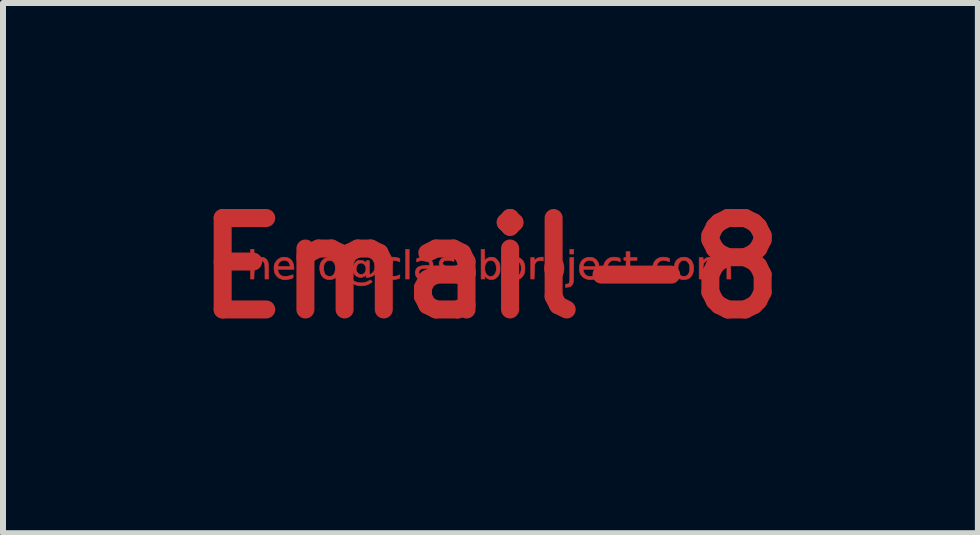
<source format=kicad_pcb>
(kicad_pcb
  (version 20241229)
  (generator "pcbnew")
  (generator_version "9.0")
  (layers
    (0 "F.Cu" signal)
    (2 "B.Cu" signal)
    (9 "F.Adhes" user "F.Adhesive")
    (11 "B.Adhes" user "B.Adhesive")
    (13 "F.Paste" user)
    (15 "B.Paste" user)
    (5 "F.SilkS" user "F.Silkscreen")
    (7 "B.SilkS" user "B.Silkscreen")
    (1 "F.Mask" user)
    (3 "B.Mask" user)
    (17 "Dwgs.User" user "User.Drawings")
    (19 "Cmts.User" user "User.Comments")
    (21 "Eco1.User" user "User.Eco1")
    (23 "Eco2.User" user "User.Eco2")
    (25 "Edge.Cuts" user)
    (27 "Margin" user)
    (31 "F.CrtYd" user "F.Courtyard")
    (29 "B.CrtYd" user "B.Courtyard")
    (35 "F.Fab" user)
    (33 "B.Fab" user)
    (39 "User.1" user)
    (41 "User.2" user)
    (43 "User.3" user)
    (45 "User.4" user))
  (footprint "Email-8"
    (layer "F.Cu")
    (at 5.124 1.418)
    (property "Reference" "Email-8" (at 0 0 0) (layer "F.Cu") (effects (font (size 1.524 1.524) (thickness 0.3))))
    (attr through_hole)
    (fp_poly (pts (xy -3.12 0.182) (xy -3.185 0.182) (xy -3.185 -0.313) (xy -3.12 -0.313) (xy -3.12 0.182)) (stroke (width 0.01) (type solid)) (fill yes) (layer "F.Cu"))
    (fp_poly (pts (xy -2.944 0.182) (xy -3.002 0.182) (xy -3.002 -0.313) (xy -2.944 -0.313) (xy -2.944 0.182)) (stroke (width 0.01) (type solid)) (fill yes) (layer "F.Cu"))
    (fp_poly (pts (xy -1.355 0.182) (xy -1.413 0.182) (xy -1.413 -0.313) (xy -1.355 -0.313) (xy -1.355 0.182)) (stroke (width 0.01) (type solid)) (fill yes) (layer "F.Cu"))
    (fp_poly (pts (xy 1.387 -0.234) (xy 1.322 -0.234) (xy 1.322 -0.313) (xy 1.387 -0.313) (xy 1.387 -0.234)) (stroke (width 0.01) (type solid)) (fill yes) (layer "F.Cu"))
    (fp_poly (pts (xy 2.599 0.182) (xy 2.527 0.182) (xy 2.527 0.098) (xy 2.599 0.098) (xy 2.599 0.182)) (stroke (width 0.01) (type solid)) (fill yes) (layer "F.Cu"))
    (fp_poly (pts (xy 0.879 -0.118) (xy 0.861 -0.124) (xy 0.837 -0.128) (xy 0.808 -0.125) (xy 0.782 -0.116) (xy 0.772 -0.11) (xy 0.759 -0.099) (xy 0.749 -0.087) (xy 0.742 -0.072) (xy 0.737 -0.052) (xy 0.734 -0.026) (xy 0.732 0.009) (xy 0.731 0.055) (xy 0.731 0.064) (xy 0.728 0.182) (xy 0.671 0.182) (xy 0.671 -0.176) (xy 0.729 -0.176) (xy 0.729 -0.122) (xy 0.748 -0.142) (xy 0.778 -0.165) (xy 0.816 -0.179) (xy 0.847 -0.182) (xy 0.879 -0.182) (xy 0.879 -0.118)) (stroke (width 0.01) (type solid)) (fill yes) (layer "F.Cu"))
    (fp_poly (pts (xy 1.386 0.031) (xy 1.385 0.089) (xy 1.385 0.135) (xy 1.384 0.171) (xy 1.383 0.199) (xy 1.382 0.22) (xy 1.38 0.235) (xy 1.377 0.247) (xy 1.374 0.256) (xy 1.371 0.263) (xy 1.353 0.29) (xy 1.33 0.307) (xy 1.299 0.316) (xy 1.288 0.317) (xy 1.25 0.321) (xy 1.25 0.294) (xy 1.251 0.277) (xy 1.255 0.269) (xy 1.265 0.267) (xy 1.273 0.267) (xy 1.297 0.262) (xy 1.309 0.253) (xy 1.313 0.248) (xy 1.315 0.243) (xy 1.318 0.235) (xy 1.319 0.223) (xy 1.321 0.206) (xy 1.321 0.182) (xy 1.322 0.15) (xy 1.322 0.108) (xy 1.322 0.055) (xy 1.322 0.031) (xy 1.322 -0.176) (xy 1.388 -0.176) (xy 1.386 0.031)) (stroke (width 0.01) (type solid)) (fill yes) (layer "F.Cu"))
    (fp_poly (pts (xy 2.325 -0.176) (xy 2.442 -0.176) (xy 2.442 -0.13) (xy 2.325 -0.13) (xy 2.325 -0.014) (xy 2.325 0.032) (xy 2.326 0.068) (xy 2.328 0.094) (xy 2.333 0.111) (xy 2.341 0.122) (xy 2.352 0.128) (xy 2.368 0.13) (xy 2.389 0.13) (xy 2.394 0.13) (xy 2.442 0.13) (xy 2.442 0.182) (xy 2.392 0.182) (xy 2.366 0.181) (xy 2.344 0.18) (xy 2.329 0.178) (xy 2.328 0.178) (xy 2.315 0.172) (xy 2.298 0.161) (xy 2.295 0.159) (xy 2.283 0.147) (xy 2.274 0.13) (xy 2.268 0.106) (xy 2.264 0.074) (xy 2.261 0.032) (xy 2.26 -0.02) (xy 2.26 -0.035) (xy 2.26 -0.13) (xy 2.24 -0.13) (xy 2.227 -0.132) (xy 2.222 -0.138) (xy 2.221 -0.153) (xy 2.222 -0.168) (xy 2.227 -0.175) (xy 2.24 -0.176) (xy 2.26 -0.176) (xy 2.26 -0.274) (xy 2.325 -0.274) (xy 2.325 -0.176)) (stroke (width 0.01) (type solid)) (fill yes) (layer "F.Cu"))
    (fp_poly (pts (xy -3.94 -0.121) (xy -3.916 -0.144) (xy -3.888 -0.166) (xy -3.86 -0.178) (xy -3.829 -0.182) (xy -3.827 -0.182) (xy -3.787 -0.178) (xy -3.755 -0.164) (xy -3.735 -0.146) (xy -3.723 -0.132) (xy -3.715 -0.118) (xy -3.708 -0.1) (xy -3.704 -0.078) (xy -3.701 -0.049) (xy -3.7 -0.012) (xy -3.699 0.036) (xy -3.699 0.054) (xy -3.699 0.182) (xy -3.758 0.182) (xy -3.758 0.062) (xy -3.758 0.013) (xy -3.759 -0.025) (xy -3.761 -0.052) (xy -3.764 -0.071) (xy -3.767 -0.081) (xy -3.784 -0.107) (xy -3.807 -0.123) (xy -3.834 -0.13) (xy -3.862 -0.127) (xy -3.89 -0.115) (xy -3.914 -0.092) (xy -3.924 -0.078) (xy -3.928 -0.069) (xy -3.932 -0.058) (xy -3.935 -0.043) (xy -3.937 -0.023) (xy -3.938 0.006) (xy -3.939 0.044) (xy -3.939 0.064) (xy -3.942 0.182) (xy -3.999 0.182) (xy -3.999 -0.313) (xy -3.94 -0.313) (xy -3.94 -0.121)) (stroke (width 0.01) (type solid)) (fill yes) (layer "F.Cu"))
    (fp_poly (pts (xy -1.581 -0.18) (xy -1.546 -0.171) (xy -1.511 -0.16) (xy -1.511 -0.105) (xy -1.547 -0.118) (xy -1.593 -0.129) (xy -1.634 -0.129) (xy -1.669 -0.118) (xy -1.698 -0.097) (xy -1.718 -0.067) (xy -1.73 -0.028) (xy -1.731 0.015) (xy -1.724 0.06) (xy -1.708 0.095) (xy -1.684 0.119) (xy -1.651 0.134) (xy -1.613 0.138) (xy -1.567 0.133) (xy -1.541 0.125) (xy -1.511 0.111) (xy -1.511 0.14) (xy -1.512 0.157) (xy -1.515 0.167) (xy -1.526 0.173) (xy -1.542 0.178) (xy -1.591 0.19) (xy -1.637 0.192) (xy -1.659 0.189) (xy -1.704 0.174) (xy -1.74 0.148) (xy -1.768 0.113) (xy -1.776 0.099) (xy -1.786 0.078) (xy -1.791 0.059) (xy -1.794 0.037) (xy -1.794 0.007) (xy -1.794 0.007) (xy -1.792 -0.036) (xy -1.786 -0.069) (xy -1.774 -0.097) (xy -1.756 -0.122) (xy -1.75 -0.128) (xy -1.717 -0.155) (xy -1.675 -0.173) (xy -1.629 -0.182) (xy -1.581 -0.18)) (stroke (width 0.01) (type solid)) (fill yes) (layer "F.Cu"))
    (fp_poly (pts (xy 2.918 -0.18) (xy 2.949 -0.172) (xy 2.983 -0.162) (xy 2.983 -0.106) (xy 2.949 -0.118) (xy 2.903 -0.129) (xy 2.862 -0.129) (xy 2.828 -0.118) (xy 2.8 -0.097) (xy 2.78 -0.066) (xy 2.769 -0.027) (xy 2.766 0.018) (xy 2.774 0.058) (xy 2.79 0.093) (xy 2.814 0.119) (xy 2.828 0.128) (xy 2.851 0.135) (xy 2.881 0.138) (xy 2.913 0.136) (xy 2.943 0.131) (xy 2.953 0.127) (xy 2.969 0.121) (xy 2.98 0.117) (xy 2.981 0.117) (xy 2.982 0.123) (xy 2.982 0.137) (xy 2.982 0.144) (xy 2.979 0.162) (xy 2.973 0.172) (xy 2.959 0.178) (xy 2.956 0.179) (xy 2.909 0.19) (xy 2.86 0.191) (xy 2.833 0.187) (xy 2.789 0.171) (xy 2.754 0.146) (xy 2.728 0.112) (xy 2.711 0.069) (xy 2.703 0.017) (xy 2.703 0.003) (xy 2.708 -0.048) (xy 2.724 -0.093) (xy 2.749 -0.129) (xy 2.782 -0.157) (xy 2.822 -0.175) (xy 2.868 -0.183) (xy 2.918 -0.18)) (stroke (width 0.01) (type solid)) (fill yes) (layer "F.Cu"))
    (fp_poly (pts (xy 2.097 -0.18) (xy 2.129 -0.172) (xy 2.162 -0.162) (xy 2.162 -0.105) (xy 2.13 -0.118) (xy 2.085 -0.129) (xy 2.045 -0.13) (xy 2.01 -0.119) (xy 1.982 -0.098) (xy 1.961 -0.068) (xy 1.948 -0.029) (xy 1.948 -0.027) (xy 1.946 0.02) (xy 1.954 0.061) (xy 1.971 0.095) (xy 1.998 0.122) (xy 2.012 0.13) (xy 2.031 0.136) (xy 2.058 0.138) (xy 2.087 0.137) (xy 2.115 0.133) (xy 2.133 0.127) (xy 2.149 0.121) (xy 2.159 0.117) (xy 2.16 0.117) (xy 2.161 0.123) (xy 2.161 0.137) (xy 2.161 0.144) (xy 2.158 0.162) (xy 2.152 0.172) (xy 2.138 0.178) (xy 2.136 0.179) (xy 2.089 0.19) (xy 2.039 0.191) (xy 2.012 0.187) (xy 1.969 0.171) (xy 1.933 0.146) (xy 1.907 0.112) (xy 1.89 0.069) (xy 1.883 0.017) (xy 1.882 0.003) (xy 1.888 -0.048) (xy 1.904 -0.093) (xy 1.929 -0.129) (xy 1.962 -0.157) (xy 2.002 -0.175) (xy 2.047 -0.183) (xy 2.097 -0.18)) (stroke (width 0.01) (type solid)) (fill yes) (layer "F.Cu"))
    (fp_poly (pts (xy 1.089 -0.179) (xy 1.124 -0.172) (xy 1.144 -0.164) (xy 1.178 -0.139) (xy 1.203 -0.105) (xy 1.219 -0.062) (xy 1.225 -0.009) (xy 1.225 0.003) (xy 1.221 0.058) (xy 1.207 0.103) (xy 1.185 0.14) (xy 1.173 0.152) (xy 1.137 0.175) (xy 1.096 0.189) (xy 1.051 0.191) (xy 1.031 0.189) (xy 0.994 0.177) (xy 0.964 0.158) (xy 0.943 0.137) (xy 0.923 0.108) (xy 0.91 0.073) (xy 0.904 0.031) (xy 0.904 0.028) (xy 0.965 0.028) (xy 0.97 0.058) (xy 0.984 0.091) (xy 1.006 0.116) (xy 1.032 0.132) (xy 1.061 0.138) (xy 1.091 0.135) (xy 1.119 0.12) (xy 1.131 0.109) (xy 1.149 0.08) (xy 1.16 0.044) (xy 1.164 0.004) (xy 1.16 -0.037) (xy 1.148 -0.074) (xy 1.145 -0.08) (xy 1.125 -0.107) (xy 1.1 -0.123) (xy 1.071 -0.13) (xy 1.042 -0.127) (xy 1.014 -0.114) (xy 0.991 -0.091) (xy 0.981 -0.075) (xy 0.971 -0.046) (xy 0.965 -0.01) (xy 0.965 0.028) (xy 0.904 0.028) (xy 0.903 -0.004) (xy 0.908 -0.056) (xy 0.922 -0.098) (xy 0.944 -0.132) (xy 0.976 -0.159) (xy 0.987 -0.165) (xy 1.016 -0.175) (xy 1.051 -0.18) (xy 1.089 -0.179)) (stroke (width 0.01) (type solid)) (fill yes) (layer "F.Cu"))
    (fp_poly (pts (xy -2.665 -0.181) (xy -2.62 -0.171) (xy -2.583 -0.152) (xy -2.554 -0.123) (xy -2.534 -0.084) (xy -2.523 -0.037) (xy -2.522 0.02) (xy -2.522 0.022) (xy -2.528 0.07) (xy -2.542 0.11) (xy -2.564 0.144) (xy -2.568 0.149) (xy -2.594 0.169) (xy -2.628 0.183) (xy -2.667 0.191) (xy -2.707 0.191) (xy -2.722 0.188) (xy -2.762 0.174) (xy -2.794 0.15) (xy -2.819 0.116) (xy -2.836 0.073) (xy -2.845 0.022) (xy -2.845 0.021) (xy -2.844 -0.014) (xy -2.78 -0.014) (xy -2.779 0.025) (xy -2.773 0.062) (xy -2.761 0.094) (xy -2.753 0.107) (xy -2.73 0.126) (xy -2.7 0.136) (xy -2.669 0.138) (xy -2.639 0.13) (xy -2.636 0.129) (xy -2.616 0.112) (xy -2.6 0.085) (xy -2.59 0.052) (xy -2.584 0.015) (xy -2.585 -0.022) (xy -2.592 -0.058) (xy -2.605 -0.088) (xy -2.627 -0.112) (xy -2.654 -0.126) (xy -2.683 -0.13) (xy -2.713 -0.124) (xy -2.74 -0.107) (xy -2.762 -0.081) (xy -2.764 -0.079) (xy -2.775 -0.05) (xy -2.78 -0.014) (xy -2.844 -0.014) (xy -2.844 -0.03) (xy -2.836 -0.071) (xy -2.819 -0.107) (xy -2.795 -0.136) (xy -2.762 -0.162) (xy -2.726 -0.177) (xy -2.685 -0.182) (xy -2.665 -0.181)) (stroke (width 0.01) (type solid)) (fill yes) (layer "F.Cu"))
    (fp_poly (pts (xy -0.098 -0.122) (xy -0.084 -0.14) (xy -0.06 -0.161) (xy -0.028 -0.175) (xy 0.007 -0.182) (xy 0.043 -0.18) (xy 0.067 -0.174) (xy 0.087 -0.161) (xy 0.11 -0.14) (xy 0.131 -0.115) (xy 0.146 -0.09) (xy 0.148 -0.086) (xy 0.155 -0.064) (xy 0.158 -0.033) (xy 0.159 0.003) (xy 0.159 0.036) (xy 0.157 0.06) (xy 0.153 0.079) (xy 0.146 0.097) (xy 0.144 0.102) (xy 0.121 0.14) (xy 0.091 0.169) (xy 0.055 0.186) (xy 0.015 0.191) (xy -0.022 0.186) (xy -0.052 0.173) (xy -0.075 0.156) (xy -0.098 0.134) (xy -0.098 0.182) (xy -0.156 0.182) (xy -0.156 0.009) (xy -0.096 0.009) (xy -0.092 0.046) (xy -0.079 0.082) (xy -0.06 0.111) (xy -0.036 0.13) (xy -0.008 0.14) (xy 0.022 0.138) (xy 0.051 0.125) (xy 0.052 0.124) (xy 0.073 0.102) (xy 0.088 0.072) (xy 0.097 0.037) (xy 0.099 -0.001) (xy 0.095 -0.038) (xy 0.085 -0.072) (xy 0.069 -0.1) (xy 0.047 -0.119) (xy 0.045 -0.121) (xy 0.016 -0.129) (xy -0.016 -0.128) (xy -0.044 -0.117) (xy -0.066 -0.097) (xy -0.082 -0.067) (xy -0.093 -0.031) (xy -0.096 0.009) (xy -0.156 0.009) (xy -0.156 -0.313) (xy -0.098 -0.313) (xy -0.098 -0.122)) (stroke (width 0.01) (type solid)) (fill yes) (layer "F.Cu"))
    (fp_poly (pts (xy 3.253 -0.18) (xy 3.294 -0.167) (xy 3.329 -0.144) (xy 3.341 -0.132) (xy 3.366 -0.095) (xy 3.381 -0.051) (xy 3.387 -0.004) (xy 3.384 0.045) (xy 3.371 0.091) (xy 3.35 0.133) (xy 3.347 0.136) (xy 3.321 0.163) (xy 3.286 0.181) (xy 3.245 0.191) (xy 3.202 0.191) (xy 3.187 0.189) (xy 3.144 0.175) (xy 3.111 0.151) (xy 3.086 0.118) (xy 3.07 0.075) (xy 3.062 0.022) (xy 3.062 0.022) (xy 3.063 0.001) (xy 3.125 0.001) (xy 3.128 0.044) (xy 3.139 0.081) (xy 3.155 0.11) (xy 3.164 0.12) (xy 3.189 0.133) (xy 3.219 0.139) (xy 3.249 0.136) (xy 3.274 0.125) (xy 3.296 0.104) (xy 3.311 0.072) (xy 3.32 0.033) (xy 3.32 0.03) (xy 3.322 -0.012) (xy 3.319 -0.043) (xy 3.31 -0.069) (xy 3.295 -0.091) (xy 3.285 -0.102) (xy 3.268 -0.118) (xy 3.255 -0.126) (xy 3.241 -0.13) (xy 3.224 -0.13) (xy 3.204 -0.129) (xy 3.19 -0.125) (xy 3.177 -0.116) (xy 3.163 -0.102) (xy 3.143 -0.08) (xy 3.133 -0.059) (xy 3.129 -0.045) (xy 3.125 0.001) (xy 3.063 0.001) (xy 3.064 -0.035) (xy 3.074 -0.082) (xy 3.093 -0.121) (xy 3.122 -0.15) (xy 3.161 -0.171) (xy 3.166 -0.173) (xy 3.21 -0.182) (xy 3.253 -0.18)) (stroke (width 0.01) (type solid)) (fill yes) (layer "F.Cu"))
    (fp_poly (pts (xy 0.475 -0.173) (xy 0.508 -0.155) (xy 0.537 -0.128) (xy 0.558 -0.093) (xy 0.559 -0.091) (xy 0.569 -0.055) (xy 0.574 -0.013) (xy 0.574 0.03) (xy 0.568 0.071) (xy 0.557 0.105) (xy 0.556 0.106) (xy 0.539 0.132) (xy 0.517 0.157) (xy 0.493 0.176) (xy 0.486 0.18) (xy 0.458 0.189) (xy 0.424 0.19) (xy 0.39 0.185) (xy 0.362 0.173) (xy 0.344 0.161) (xy 0.33 0.15) (xy 0.326 0.145) (xy 0.323 0.144) (xy 0.321 0.155) (xy 0.32 0.176) (xy 0.319 0.21) (xy 0.319 0.226) (xy 0.319 0.319) (xy 0.254 0.319) (xy 0.254 0.001) (xy 0.319 0.001) (xy 0.323 0.047) (xy 0.335 0.084) (xy 0.353 0.113) (xy 0.377 0.132) (xy 0.405 0.14) (xy 0.438 0.137) (xy 0.461 0.129) (xy 0.48 0.113) (xy 0.496 0.088) (xy 0.507 0.055) (xy 0.513 0.022) (xy 0.512 -0.026) (xy 0.501 -0.068) (xy 0.479 -0.102) (xy 0.465 -0.116) (xy 0.451 -0.124) (xy 0.432 -0.128) (xy 0.423 -0.129) (xy 0.401 -0.13) (xy 0.386 -0.127) (xy 0.372 -0.119) (xy 0.365 -0.113) (xy 0.34 -0.085) (xy 0.325 -0.049) (xy 0.319 -0.004) (xy 0.319 0.001) (xy 0.254 0.001) (xy 0.254 -0.176) (xy 0.319 -0.176) (xy 0.319 -0.128) (xy 0.337 -0.146) (xy 0.368 -0.169) (xy 0.403 -0.181) (xy 0.439 -0.182) (xy 0.475 -0.173)) (stroke (width 0.01) (type solid)) (fill yes) (layer "F.Cu"))
    (fp_poly (pts (xy -3.42 -0.181) (xy -3.377 -0.172) (xy -3.34 -0.153) (xy -3.312 -0.123) (xy -3.291 -0.084) (xy -3.279 -0.036) (xy -3.278 -0.024) (xy -3.274 0.02) (xy -3.548 0.02) (xy -3.543 0.041) (xy -3.531 0.078) (xy -3.513 0.105) (xy -3.488 0.124) (xy -3.475 0.131) (xy -3.448 0.137) (xy -3.413 0.138) (xy -3.376 0.135) (xy -3.341 0.127) (xy -3.332 0.124) (xy -3.311 0.117) (xy -3.296 0.112) (xy -3.291 0.111) (xy -3.29 0.117) (xy -3.289 0.131) (xy -3.289 0.137) (xy -3.29 0.154) (xy -3.296 0.164) (xy -3.31 0.172) (xy -3.311 0.172) (xy -3.326 0.177) (xy -3.349 0.182) (xy -3.375 0.188) (xy -3.401 0.192) (xy -3.421 0.195) (xy -3.43 0.195) (xy -3.439 0.193) (xy -3.456 0.19) (xy -3.473 0.186) (xy -3.517 0.171) (xy -3.553 0.145) (xy -3.581 0.11) (xy -3.599 0.068) (xy -3.607 0.019) (xy -3.606 -0.031) (xy -3.602 -0.045) (xy -3.543 -0.045) (xy -3.542 -0.036) (xy -3.535 -0.03) (xy -3.519 -0.027) (xy -3.494 -0.026) (xy -3.458 -0.026) (xy -3.439 -0.026) (xy -3.336 -0.026) (xy -3.342 -0.053) (xy -3.348 -0.073) (xy -3.356 -0.09) (xy -3.357 -0.093) (xy -3.38 -0.115) (xy -3.408 -0.127) (xy -3.439 -0.131) (xy -3.471 -0.125) (xy -3.499 -0.112) (xy -3.522 -0.091) (xy -3.53 -0.076) (xy -3.538 -0.058) (xy -3.543 -0.045) (xy -3.602 -0.045) (xy -3.595 -0.074) (xy -3.574 -0.11) (xy -3.554 -0.134) (xy -3.521 -0.16) (xy -3.486 -0.176) (xy -3.446 -0.182) (xy -3.42 -0.181)) (stroke (width 0.01) (type solid)) (fill yes) (layer "F.Cu"))
    (fp_poly (pts (xy 1.688 -0.178) (xy 1.728 -0.165) (xy 1.761 -0.141) (xy 1.787 -0.109) (xy 1.804 -0.068) (xy 1.81 -0.02) (xy 1.811 -0.012) (xy 1.811 0.02) (xy 1.677 0.02) (xy 1.631 0.02) (xy 1.596 0.02) (xy 1.572 0.021) (xy 1.556 0.023) (xy 1.547 0.027) (xy 1.544 0.033) (xy 1.545 0.042) (xy 1.549 0.054) (xy 1.551 0.059) (xy 1.568 0.095) (xy 1.592 0.119) (xy 1.608 0.129) (xy 1.64 0.137) (xy 1.68 0.138) (xy 1.724 0.133) (xy 1.768 0.121) (xy 1.786 0.114) (xy 1.793 0.113) (xy 1.797 0.119) (xy 1.798 0.134) (xy 1.798 0.138) (xy 1.798 0.168) (xy 1.76 0.178) (xy 1.72 0.186) (xy 1.681 0.191) (xy 1.648 0.192) (xy 1.638 0.191) (xy 1.593 0.18) (xy 1.556 0.161) (xy 1.529 0.138) (xy 1.507 0.11) (xy 1.492 0.082) (xy 1.485 0.05) (xy 1.482 0.009) (xy 1.482 0.003) (xy 1.486 -0.033) (xy 1.546 -0.033) (xy 1.549 -0.03) (xy 1.557 -0.028) (xy 1.572 -0.027) (xy 1.596 -0.026) (xy 1.63 -0.026) (xy 1.648 -0.026) (xy 1.753 -0.026) (xy 1.748 -0.047) (xy 1.736 -0.084) (xy 1.716 -0.111) (xy 1.688 -0.126) (xy 1.654 -0.131) (xy 1.625 -0.127) (xy 1.602 -0.119) (xy 1.579 -0.103) (xy 1.562 -0.083) (xy 1.554 -0.067) (xy 1.549 -0.049) (xy 1.546 -0.037) (xy 1.546 -0.033) (xy 1.486 -0.033) (xy 1.487 -0.049) (xy 1.503 -0.094) (xy 1.527 -0.13) (xy 1.56 -0.157) (xy 1.602 -0.174) (xy 1.642 -0.181) (xy 1.688 -0.178)) (stroke (width 0.01) (type solid)) (fill yes) (layer "F.Cu"))
    (fp_poly (pts (xy -0.687 -0.18) (xy -0.655 -0.177) (xy -0.63 -0.172) (xy -0.624 -0.17) (xy -0.612 -0.164) (xy -0.607 -0.153) (xy -0.606 -0.137) (xy -0.606 -0.121) (xy -0.61 -0.113) (xy -0.619 -0.113) (xy -0.637 -0.119) (xy -0.642 -0.12) (xy -0.665 -0.126) (xy -0.695 -0.129) (xy -0.725 -0.129) (xy -0.751 -0.127) (xy -0.768 -0.122) (xy -0.786 -0.108) (xy -0.796 -0.089) (xy -0.796 -0.071) (xy -0.789 -0.057) (xy -0.773 -0.046) (xy -0.747 -0.035) (xy -0.712 -0.025) (xy -0.666 -0.011) (xy -0.632 0.004) (xy -0.608 0.02) (xy -0.602 0.026) (xy -0.593 0.044) (xy -0.589 0.07) (xy -0.589 0.098) (xy -0.595 0.124) (xy -0.603 0.141) (xy -0.628 0.164) (xy -0.663 0.18) (xy -0.704 0.189) (xy -0.752 0.191) (xy -0.776 0.188) (xy -0.81 0.183) (xy -0.832 0.179) (xy -0.846 0.173) (xy -0.854 0.165) (xy -0.857 0.154) (xy -0.858 0.141) (xy -0.859 0.123) (xy -0.858 0.112) (xy -0.857 0.111) (xy -0.85 0.113) (xy -0.834 0.118) (xy -0.822 0.123) (xy -0.783 0.135) (xy -0.745 0.14) (xy -0.712 0.139) (xy -0.683 0.132) (xy -0.663 0.118) (xy -0.651 0.1) (xy -0.65 0.088) (xy -0.655 0.067) (xy -0.672 0.051) (xy -0.7 0.038) (xy -0.709 0.035) (xy -0.749 0.024) (xy -0.778 0.015) (xy -0.799 0.007) (xy -0.814 0.000215) (xy -0.824 -0.007) (xy -0.83 -0.013) (xy -0.849 -0.04) (xy -0.856 -0.07) (xy -0.852 -0.101) (xy -0.839 -0.129) (xy -0.818 -0.154) (xy -0.788 -0.171) (xy -0.774 -0.176) (xy -0.751 -0.18) (xy -0.72 -0.181) (xy -0.687 -0.18)) (stroke (width 0.01) (type solid)) (fill yes) (layer "F.Cu"))
    (fp_poly (pts (xy 3.921 -0.177) (xy 3.952 -0.16) (xy 3.964 -0.149) (xy 3.976 -0.135) (xy 3.985 -0.12) (xy 3.992 -0.103) (xy 3.996 -0.081) (xy 4 -0.052) (xy 4.002 -0.014) (xy 4.004 0.033) (xy 4.004 0.05) (xy 4.007 0.182) (xy 3.94 0.182) (xy 3.94 0.058) (xy 3.94 0.008) (xy 3.939 -0.031) (xy 3.936 -0.06) (xy 3.932 -0.082) (xy 3.926 -0.098) (xy 3.918 -0.11) (xy 3.908 -0.119) (xy 3.907 -0.12) (xy 3.882 -0.129) (xy 3.854 -0.129) (xy 3.826 -0.12) (xy 3.802 -0.102) (xy 3.79 -0.087) (xy 3.784 -0.078) (xy 3.78 -0.068) (xy 3.777 -0.056) (xy 3.775 -0.039) (xy 3.774 -0.016) (xy 3.773 0.016) (xy 3.772 0.058) (xy 3.772 0.06) (xy 3.77 0.182) (xy 3.712 0.182) (xy 3.712 0.064) (xy 3.712 0.009) (xy 3.71 -0.034) (xy 3.707 -0.067) (xy 3.701 -0.091) (xy 3.692 -0.108) (xy 3.68 -0.119) (xy 3.664 -0.125) (xy 3.644 -0.128) (xy 3.642 -0.129) (xy 3.619 -0.129) (xy 3.601 -0.123) (xy 3.589 -0.116) (xy 3.574 -0.105) (xy 3.563 -0.093) (xy 3.554 -0.078) (xy 3.549 -0.059) (xy 3.545 -0.033) (xy 3.544 0.002) (xy 3.543 0.046) (xy 3.543 0.063) (xy 3.543 0.182) (xy 3.478 0.182) (xy 3.478 -0.176) (xy 3.543 -0.176) (xy 3.543 -0.13) (xy 3.573 -0.153) (xy 3.598 -0.17) (xy 3.621 -0.18) (xy 3.645 -0.182) (xy 3.668 -0.181) (xy 3.703 -0.172) (xy 3.731 -0.153) (xy 3.748 -0.132) (xy 3.762 -0.113) (xy 3.786 -0.138) (xy 3.817 -0.163) (xy 3.852 -0.178) (xy 3.887 -0.182) (xy 3.921 -0.177)) (stroke (width 0.01) (type solid)) (fill yes) (layer "F.Cu"))
    (fp_poly (pts (xy -1.063 -0.177) (xy -1.03 -0.167) (xy -1.025 -0.165) (xy -0.998 -0.145) (xy -0.975 -0.115) (xy -0.96 -0.079) (xy -0.957 -0.066) (xy -0.955 -0.047) (xy -0.953 -0.019) (xy -0.952 0.017) (xy -0.951 0.055) (xy -0.951 0.076) (xy -0.951 0.182) (xy -1.009 0.182) (xy -1.009 0.128) (xy -1.023 0.145) (xy -1.046 0.165) (xy -1.077 0.18) (xy -1.113 0.189) (xy -1.149 0.191) (xy -1.168 0.188) (xy -1.203 0.174) (xy -1.23 0.151) (xy -1.246 0.121) (xy -1.252 0.082) (xy -1.252 0.078) (xy -1.252 0.077) (xy -1.192 0.077) (xy -1.186 0.101) (xy -1.17 0.123) (xy -1.148 0.137) (xy -1.143 0.139) (xy -1.121 0.14) (xy -1.095 0.136) (xy -1.07 0.128) (xy -1.067 0.127) (xy -1.043 0.107) (xy -1.025 0.077) (xy -1.016 0.045) (xy -1.012 0.026) (xy -1.01 0.012) (xy -1.009 0.009) (xy -1.016 0.008) (xy -1.032 0.007) (xy -1.055 0.007) (xy -1.072 0.007) (xy -1.115 0.008) (xy -1.148 0.013) (xy -1.17 0.023) (xy -1.184 0.038) (xy -1.191 0.06) (xy -1.192 0.077) (xy -1.252 0.077) (xy -1.248 0.041) (xy -1.234 0.011) (xy -1.212 -0.012) (xy -1.179 -0.029) (xy -1.136 -0.039) (xy -1.081 -0.045) (xy -1.051 -0.045) (xy -1.011 -0.046) (xy -1.016 -0.069) (xy -1.022 -0.087) (xy -1.028 -0.1) (xy -1.029 -0.101) (xy -1.049 -0.116) (xy -1.079 -0.126) (xy -1.115 -0.13) (xy -1.153 -0.127) (xy -1.19 -0.117) (xy -1.21 -0.11) (xy -1.224 -0.106) (xy -1.229 -0.104) (xy -1.23 -0.11) (xy -1.23 -0.125) (xy -1.23 -0.132) (xy -1.228 -0.159) (xy -1.185 -0.171) (xy -1.145 -0.179) (xy -1.103 -0.181) (xy -1.063 -0.177)) (stroke (width 0.01) (type solid)) (fill yes) (layer "F.Cu"))
    (fp_poly (pts (xy -0.348 -0.18) (xy -0.316 -0.177) (xy -0.291 -0.172) (xy -0.285 -0.17) (xy -0.273 -0.164) (xy -0.268 -0.153) (xy -0.267 -0.137) (xy -0.268 -0.121) (xy -0.27 -0.111) (xy -0.271 -0.111) (xy -0.278 -0.113) (xy -0.294 -0.117) (xy -0.306 -0.121) (xy -0.349 -0.129) (xy -0.384 -0.129) (xy -0.417 -0.125) (xy -0.439 -0.117) (xy -0.452 -0.103) (xy -0.456 -0.083) (xy -0.456 -0.081) (xy -0.454 -0.065) (xy -0.445 -0.053) (xy -0.429 -0.043) (xy -0.403 -0.033) (xy -0.374 -0.025) (xy -0.329 -0.012) (xy -0.297 0.001) (xy -0.274 0.016) (xy -0.259 0.035) (xy -0.251 0.058) (xy -0.249 0.077) (xy -0.248 0.101) (xy -0.252 0.118) (xy -0.26 0.134) (xy -0.262 0.136) (xy -0.286 0.161) (xy -0.32 0.179) (xy -0.362 0.189) (xy -0.41 0.191) (xy -0.438 0.188) (xy -0.471 0.183) (xy -0.493 0.179) (xy -0.507 0.173) (xy -0.515 0.165) (xy -0.519 0.154) (xy -0.52 0.141) (xy -0.52 0.123) (xy -0.519 0.112) (xy -0.518 0.111) (xy -0.511 0.113) (xy -0.495 0.118) (xy -0.484 0.123) (xy -0.431 0.138) (xy -0.382 0.14) (xy -0.361 0.137) (xy -0.334 0.126) (xy -0.316 0.111) (xy -0.308 0.092) (xy -0.311 0.073) (xy -0.324 0.056) (xy -0.347 0.043) (xy -0.368 0.036) (xy -0.394 0.028) (xy -0.422 0.02) (xy -0.423 0.019) (xy -0.457 0.008) (xy -0.481 -0.006) (xy -0.493 -0.016) (xy -0.505 -0.03) (xy -0.512 -0.042) (xy -0.514 -0.059) (xy -0.515 -0.077) (xy -0.514 -0.1) (xy -0.51 -0.116) (xy -0.502 -0.129) (xy -0.49 -0.142) (xy -0.46 -0.166) (xy -0.436 -0.176) (xy -0.413 -0.18) (xy -0.382 -0.181) (xy -0.348 -0.18)) (stroke (width 0.01) (type solid)) (fill yes) (layer "F.Cu"))
    (fp_poly (pts (xy -2.103 -0.271) (xy -2.052 -0.259) (xy -2.004 -0.237) (xy -1.963 -0.208) (xy -1.927 -0.171) (xy -1.9 -0.128) (xy -1.883 -0.078) (xy -1.878 -0.048) (xy -1.878 -0.003) (xy -1.887 0.039) (xy -1.904 0.076) (xy -1.928 0.105) (xy -1.93 0.107) (xy -1.966 0.132) (xy -2.004 0.147) (xy -2.037 0.154) (xy -2.071 0.158) (xy -2.071 0.118) (xy -2.094 0.133) (xy -2.129 0.15) (xy -2.165 0.156) (xy -2.2 0.15) (xy -2.231 0.135) (xy -2.258 0.112) (xy -2.278 0.08) (xy -2.29 0.043) (xy -2.291 0.025) (xy -2.239 0.025) (xy -2.231 0.054) (xy -2.216 0.078) (xy -2.195 0.096) (xy -2.17 0.106) (xy -2.141 0.106) (xy -2.117 0.097) (xy -2.096 0.08) (xy -2.082 0.054) (xy -2.075 0.023) (xy -2.076 -0.011) (xy -2.078 -0.017) (xy -2.089 -0.043) (xy -2.108 -0.065) (xy -2.131 -0.08) (xy -2.153 -0.085) (xy -2.185 -0.079) (xy -2.211 -0.062) (xy -2.227 -0.039) (xy -2.238 -0.007) (xy -2.239 0.025) (xy -2.291 0.025) (xy -2.293 0.013) (xy -2.288 -0.025) (xy -2.274 -0.061) (xy -2.254 -0.092) (xy -2.229 -0.116) (xy -2.215 -0.124) (xy -2.186 -0.13) (xy -2.153 -0.129) (xy -2.121 -0.122) (xy -2.095 -0.109) (xy -2.095 -0.108) (xy -2.071 -0.091) (xy -2.071 -0.107) (xy -2.07 -0.118) (xy -2.063 -0.123) (xy -2.048 -0.124) (xy -2.045 -0.124) (xy -2.019 -0.124) (xy -2.019 -0.01) (xy -2.019 0.037) (xy -2.017 0.072) (xy -2.016 0.094) (xy -2.013 0.104) (xy -2.012 0.104) (xy -1.993 0.099) (xy -1.972 0.085) (xy -1.952 0.065) (xy -1.938 0.043) (xy -1.934 0.036) (xy -1.928 0.009) (xy -1.927 -0.024) (xy -1.929 -0.059) (xy -1.936 -0.089) (xy -1.939 -0.099) (xy -1.965 -0.142) (xy -1.998 -0.176) (xy -2.037 -0.201) (xy -2.081 -0.218) (xy -2.127 -0.226) (xy -2.174 -0.226) (xy -2.221 -0.217) (xy -2.265 -0.2) (xy -2.305 -0.175) (xy -2.34 -0.142) (xy -2.367 -0.101) (xy -2.381 -0.066) (xy -2.389 -0.027) (xy -2.391 0.017) (xy -2.388 0.06) (xy -2.384 0.079) (xy -2.372 0.108) (xy -2.354 0.14) (xy -2.332 0.17) (xy -2.31 0.193) (xy -2.267 0.221) (xy -2.219 0.239) (xy -2.167 0.246) (xy -2.115 0.244) (xy -2.065 0.231) (xy -2.025 0.211) (xy -2.001 0.196) (xy -1.986 0.213) (xy -1.97 0.229) (xy -1.986 0.242) (xy -2.002 0.252) (xy -2.023 0.264) (xy -2.035 0.27) (xy -2.055 0.278) (xy -2.076 0.285) (xy -2.102 0.29) (xy -2.136 0.295) (xy -2.143 0.296) (xy -2.158 0.296) (xy -2.18 0.295) (xy -2.198 0.292) (xy -2.251 0.278) (xy -2.302 0.253) (xy -2.348 0.219) (xy -2.386 0.177) (xy -2.412 0.135) (xy -2.432 0.081) (xy -2.439 0.025) (xy -2.436 -0.032) (xy -2.422 -0.087) (xy -2.397 -0.138) (xy -2.363 -0.183) (xy -2.32 -0.221) (xy -2.315 -0.225) (xy -2.263 -0.252) (xy -2.21 -0.269) (xy -2.156 -0.275) (xy -2.103 -0.271)) (stroke (width 0.01) (type solid)) (fill yes) (layer "F.Cu")))
  (gr_rect
    (start -3 -3)
    (end 13.247 5.836)
    (stroke (width 0.1) (type default))
    (fill no)
    (layer "Edge.Cuts")))
</source>
